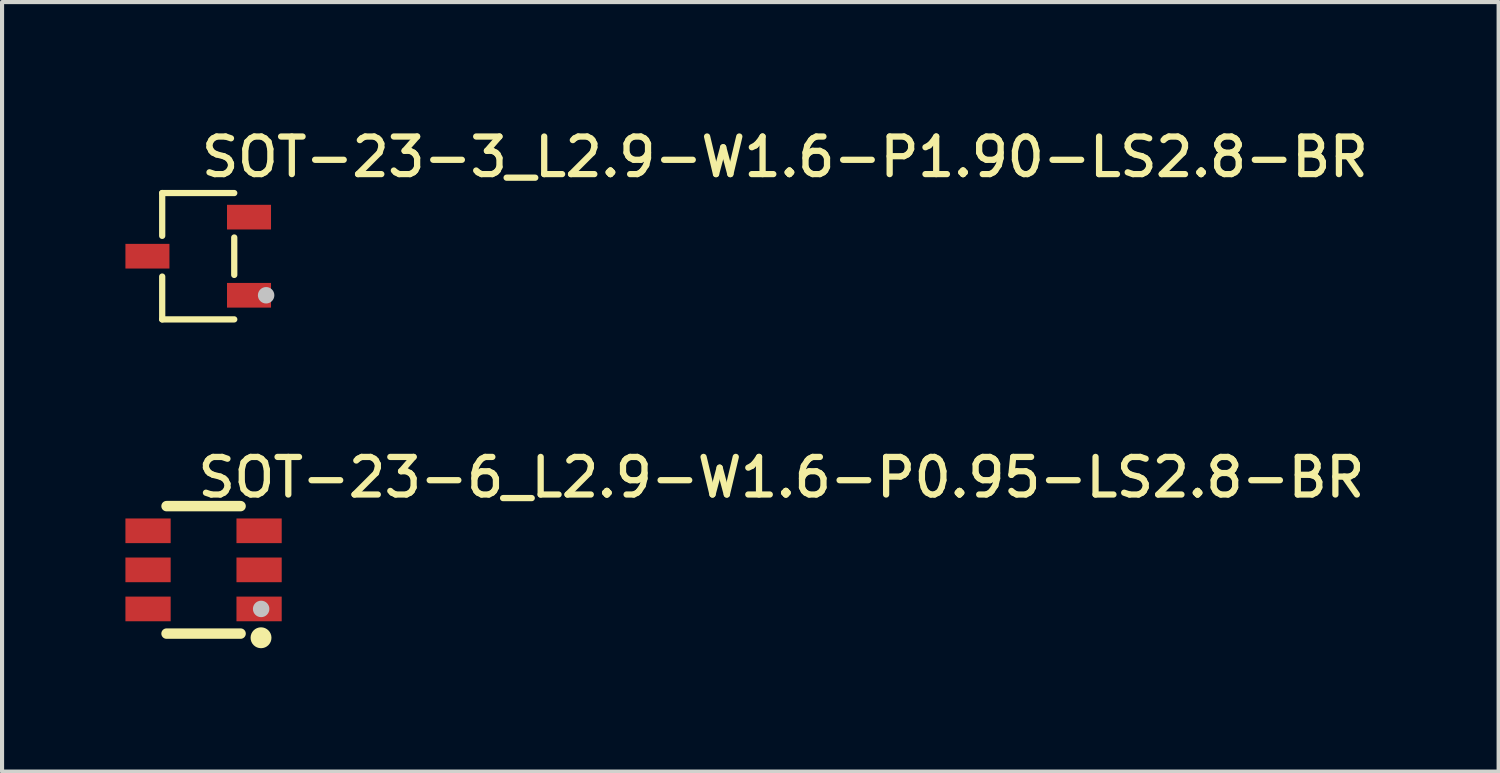
<source format=kicad_pcb>
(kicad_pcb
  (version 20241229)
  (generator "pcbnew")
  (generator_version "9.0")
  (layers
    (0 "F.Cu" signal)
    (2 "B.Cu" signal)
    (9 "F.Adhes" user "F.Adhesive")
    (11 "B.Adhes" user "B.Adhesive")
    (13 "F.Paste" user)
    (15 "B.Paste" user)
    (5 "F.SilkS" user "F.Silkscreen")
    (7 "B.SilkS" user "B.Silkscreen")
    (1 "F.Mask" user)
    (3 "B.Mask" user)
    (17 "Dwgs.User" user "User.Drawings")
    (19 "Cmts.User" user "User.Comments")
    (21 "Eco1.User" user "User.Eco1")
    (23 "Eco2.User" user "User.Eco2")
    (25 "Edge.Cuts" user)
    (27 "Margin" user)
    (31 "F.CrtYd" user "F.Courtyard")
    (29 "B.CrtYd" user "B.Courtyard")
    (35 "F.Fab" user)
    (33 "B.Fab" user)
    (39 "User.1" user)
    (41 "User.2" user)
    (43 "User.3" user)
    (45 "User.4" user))
  (footprint "SOT-23-3_L2.9-W1.6-P1.90-LS2.8-BR"
    (layer "F.Cu")
    (at 1.77 3.18)
    (property "Reference" "SOT-23-3_L2.9-W1.6-P1.90-LS2.8-BR" (at -0.0001 -2.946 0) (layer "F.SilkS") (effects (font (size 0.914 0.914) (thickness 0.152)) (justify left top)))
    (fp_line (start -0.876 -1.536) (end -0.876 -0.495) (stroke (width 0.152) (type default)) (layer "F.SilkS"))
    (fp_line (start -0.876 1.536) (end -0.876 0.495) (stroke (width 0.152) (type default)) (layer "F.SilkS"))
    (fp_line (start 0.876 -1.536) (end -0.876 -1.536) (stroke (width 0.152) (type default)) (layer "F.SilkS"))
    (fp_line (start 0.876 -0.455) (end 0.876 0.455) (stroke (width 0.152) (type default)) (layer "F.SilkS"))
    (fp_line (start 0.876 1.536) (end -0.876 1.536) (stroke (width 0.152) (type default)) (layer "F.SilkS"))
    (fp_circle (center 1.651 0.95) (end 1.751 0.95) (stroke (width 0.2) (type default)) (fill no) (layer "Dwgs.User"))
    (fp_circle (center 1.4 1.46) (end 1.43 1.46) (stroke (width 0.06) (type default)) (fill no) (layer "User.5"))
    (pad "1" smd rect (at 1.235 0.95) (size 1.07 0.6) (layers "F.Cu" "F.Mask" "F.Paste"))
    (pad "2" smd rect (at 1.235 -0.95) (size 1.07 0.6) (layers "F.Cu" "F.Mask" "F.Paste"))
    (pad "3" smd rect (at -1.235 0) (size 1.07 0.6) (layers "F.Cu" "F.Mask" "F.Paste"))
    (zone (net_name "") (layer "User.3") (hatch edge 0.5) (priority 100) (connect_pads yes) (min_thickness 0) (filled_areas_thickness no) (fill yes) (polygon (pts (xy 0.97 4.64) (xy 0.97 1.72) (xy 2.57 1.72) (xy 2.57 4.64))) (filled_polygon (layer "User.3") (island) (pts (xy 0.97 4.64) (xy 0.97 1.72) (xy 2.57 1.72) (xy 2.57 4.64))))
    (zone (net_name "") (layer "User.4") (hatch edge 0.5) (priority 100) (connect_pads) (min_thickness 0) (filled_areas_thickness no) (keepout (tracks allowed) (vias allowed) (pads allowed) (copperpour not_allowed) (footprints allowed)) (placement (enabled no)) (fill) (polygon (pts (xy 0.81 3.38) (xy 0.81 2.98) (xy 0.98 2.98) (xy 0.98 3.38))))
    (zone (net_name "") (layer "User.4") (hatch edge 0.5) (priority 100) (connect_pads yes) (min_thickness 0) (filled_areas_thickness no) (fill yes) (polygon (pts (xy 0.82 3.38) (xy 0.82 2.98) (xy 0.37 2.98) (xy 0.37 3.38))) (filled_polygon (layer "User.4") (island) (pts (xy 0.82 3.38) (xy 0.82 2.98) (xy 0.37 2.98) (xy 0.37 3.38))))
    (zone (net_name "") (layer "User.4") (hatch edge 0.5) (priority 100) (connect_pads) (min_thickness 0) (filled_areas_thickness no) (keepout (tracks allowed) (vias allowed) (pads allowed) (copperpour not_allowed) (footprints allowed)) (placement (enabled no)) (fill) (polygon (pts (xy 2.56 2.43) (xy 2.56 2.03) (xy 2.73 2.03) (xy 2.73 2.43))))
    (zone (net_name "") (layer "User.4") (hatch edge 0.5) (priority 100) (connect_pads) (min_thickness 0) (filled_areas_thickness no) (keepout (tracks allowed) (vias allowed) (pads allowed) (copperpour not_allowed) (footprints allowed)) (placement (enabled no)) (fill) (polygon (pts (xy 2.56 4.33) (xy 2.56 3.93) (xy 2.73 3.93) (xy 2.73 4.33))))
    (zone (net_name "") (layer "User.4") (hatch edge 0.5) (priority 100) (connect_pads yes) (min_thickness 0) (filled_areas_thickness no) (fill yes) (polygon (pts (xy 2.72 2.43) (xy 2.72 2.03) (xy 3.17 2.03) (xy 3.17 2.43))) (filled_polygon (layer "User.4") (island) (pts (xy 2.72 2.43) (xy 2.72 2.03) (xy 3.17 2.03) (xy 3.17 2.43))))
    (zone (net_name "") (layer "User.4") (hatch edge 0.5) (priority 100) (connect_pads yes) (min_thickness 0) (filled_areas_thickness no) (fill yes) (polygon (pts (xy 2.72 4.33) (xy 2.72 3.93) (xy 3.17 3.93) (xy 3.17 4.33))) (filled_polygon (layer "User.4") (island) (pts (xy 2.72 4.33) (xy 2.72 3.93) (xy 3.17 3.93) (xy 3.17 4.33)))))
  (footprint "SOT-23-6_L2.9-W1.6-P0.95-LS2.8-BR"
    (layer "F.Cu")
    (at 1.9 10.807)
    (property "Reference" "SOT-23-6_L2.9-W1.6-P0.95-LS2.8-BR" (at -0.216 -2.782 0) (layer "F.SilkS") (effects (font (size 0.914 0.914) (thickness 0.152)) (justify left top)))
    (fp_line (start -0.9 -1.55) (end 0.9 -1.55) (stroke (width 0.254) (type default)) (layer "F.SilkS"))
    (fp_line (start -0.9 1.55) (end 0.9 1.55) (stroke (width 0.254) (type default)) (layer "F.SilkS"))
    (fp_circle (center 1.397 1.651) (end 1.524 1.651) (stroke (width 0.254) (type default)) (fill no) (layer "F.SilkS"))
    (fp_circle (center 1.4 0.95) (end 1.5 0.95) (stroke (width 0.2) (type default)) (fill no) (layer "Dwgs.User"))
    (fp_circle (center 1.4 1.45) (end 1.43 1.45) (stroke (width 0.06) (type default)) (fill no) (layer "User.5"))
    (pad "1" smd rect (at 1.35 0.95) (size 1.1 0.6) (layers "F.Cu" "F.Mask" "F.Paste"))
    (pad "2" smd rect (at 1.35 0) (size 1.1 0.6) (layers "F.Cu" "F.Mask" "F.Paste"))
    (pad "3" smd rect (at 1.35 -0.95) (size 1.1 0.6) (layers "F.Cu" "F.Mask" "F.Paste"))
    (pad "4" smd rect (at -1.35 -0.95) (size 1.1 0.6) (layers "F.Cu" "F.Mask" "F.Paste"))
    (pad "5" smd rect (at -1.35 0) (size 1.1 0.6) (layers "F.Cu" "F.Mask" "F.Paste"))
    (pad "6" smd rect (at -1.35 0.95) (size 1.1 0.6) (layers "F.Cu" "F.Mask" "F.Paste"))
    (zone (net_name "") (layer "User.3") (hatch edge 0.5) (priority 100) (connect_pads yes) (min_thickness 0) (filled_areas_thickness no) (fill yes) (polygon (pts (xy 1.1 12.257) (xy 1.1 9.357) (xy 2.7 9.357) (xy 2.7 12.257))) (filled_polygon (layer "User.3") (island) (pts (xy 1.1 12.257) (xy 1.1 9.357) (xy 2.7 9.357) (xy 2.7 12.257))))
    (zone (net_name "") (layer "User.4") (hatch edge 0.5) (priority 100) (connect_pads) (min_thickness 0) (filled_areas_thickness no) (keepout (tracks allowed) (vias allowed) (pads allowed) (copperpour not_allowed) (footprints allowed)) (placement (enabled no)) (fill) (polygon (pts (xy 0.965 10.072) (xy 0.965 9.642) (xy 1.11 9.642) (xy 1.11 10.072))))
    (zone (net_name "") (layer "User.4") (hatch edge 0.5) (priority 100) (connect_pads) (min_thickness 0) (filled_areas_thickness no) (keepout (tracks allowed) (vias allowed) (pads allowed) (copperpour not_allowed) (footprints allowed)) (placement (enabled no)) (fill) (polygon (pts (xy 0.965 11.022) (xy 0.965 10.592) (xy 1.11 10.592) (xy 1.11 11.022))))
    (zone (net_name "") (layer "User.4") (hatch edge 0.5) (priority 100) (connect_pads) (min_thickness 0) (filled_areas_thickness no) (keepout (tracks allowed) (vias allowed) (pads allowed) (copperpour not_allowed) (footprints allowed)) (placement (enabled no)) (fill) (polygon (pts (xy 0.965 11.972) (xy 0.965 11.542) (xy 1.11 11.542) (xy 1.11 11.972))))
    (zone (net_name "") (layer "User.4") (hatch edge 0.5) (priority 100) (connect_pads yes) (min_thickness 0) (filled_areas_thickness no) (fill yes) (polygon (pts (xy 0.975 10.072) (xy 0.975 9.642) (xy 0.5 9.642) (xy 0.5 10.072))) (filled_polygon (layer "User.4") (island) (pts (xy 0.975 10.072) (xy 0.975 9.642) (xy 0.5 9.642) (xy 0.5 10.072))))
    (zone (net_name "") (layer "User.4") (hatch edge 0.5) (priority 100) (connect_pads yes) (min_thickness 0) (filled_areas_thickness no) (fill yes) (polygon (pts (xy 0.975 11.022) (xy 0.975 10.592) (xy 0.5 10.592) (xy 0.5 11.022))) (filled_polygon (layer "User.4") (island) (pts (xy 0.975 11.022) (xy 0.975 10.592) (xy 0.5 10.592) (xy 0.5 11.022))))
    (zone (net_name "") (layer "User.4") (hatch edge 0.5) (priority 100) (connect_pads yes) (min_thickness 0) (filled_areas_thickness no) (fill yes) (polygon (pts (xy 0.975 11.972) (xy 0.975 11.542) (xy 0.5 11.542) (xy 0.5 11.972))) (filled_polygon (layer "User.4") (island) (pts (xy 0.975 11.972) (xy 0.975 11.542) (xy 0.5 11.542) (xy 0.5 11.972))))
    (zone (net_name "") (layer "User.4") (hatch edge 0.5) (priority 100) (connect_pads yes) (min_thickness 0) (filled_areas_thickness no) (fill yes) (polygon (pts (xy 2.825 10.072) (xy 2.825 9.642) (xy 3.3 9.642) (xy 3.3 10.072))) (filled_polygon (layer "User.4") (island) (pts (xy 2.825 10.072) (xy 2.825 9.642) (xy 3.3 9.642) (xy 3.3 10.072))))
    (zone (net_name "") (layer "User.4") (hatch edge 0.5) (priority 100) (connect_pads yes) (min_thickness 0) (filled_areas_thickness no) (fill yes) (polygon (pts (xy 2.825 11.022) (xy 2.825 10.592) (xy 3.3 10.592) (xy 3.3 11.022))) (filled_polygon (layer "User.4") (island) (pts (xy 2.825 11.022) (xy 2.825 10.592) (xy 3.3 10.592) (xy 3.3 11.022))))
    (zone (net_name "") (layer "User.4") (hatch edge 0.5) (priority 100) (connect_pads yes) (min_thickness 0) (filled_areas_thickness no) (fill yes) (polygon (pts (xy 2.825 11.972) (xy 2.825 11.542) (xy 3.3 11.542) (xy 3.3 11.972))) (filled_polygon (layer "User.4") (island) (pts (xy 2.825 11.972) (xy 2.825 11.542) (xy 3.3 11.542) (xy 3.3 11.972))))
    (zone (net_name "") (layer "User.4") (hatch edge 0.5) (priority 100) (connect_pads) (min_thickness 0) (filled_areas_thickness no) (keepout (tracks allowed) (vias allowed) (pads allowed) (copperpour not_allowed) (footprints allowed)) (placement (enabled no)) (fill) (polygon (pts (xy 2.835 9.642) (xy 2.835 10.072) (xy 2.69 10.072) (xy 2.69 9.642))))
    (zone (net_name "") (layer "User.4") (hatch edge 0.5) (priority 100) (connect_pads) (min_thickness 0) (filled_areas_thickness no) (keepout (tracks allowed) (vias allowed) (pads allowed) (copperpour not_allowed) (footprints allowed)) (placement (enabled no)) (fill) (polygon (pts (xy 2.835 10.592) (xy 2.835 11.022) (xy 2.69 11.022) (xy 2.69 10.592))))
    (zone (net_name "") (layer "User.4") (hatch edge 0.5) (priority 100) (connect_pads) (min_thickness 0) (filled_areas_thickness no) (keepout (tracks allowed) (vias allowed) (pads allowed) (copperpour not_allowed) (footprints allowed)) (placement (enabled no)) (fill) (polygon (pts (xy 2.835 11.542) (xy 2.835 11.972) (xy 2.69 11.972) (xy 2.69 11.542)))))
  (gr_rect
    (start -3 -3)
    (end 33.391 15.712)
    (stroke (width 0.1) (type default))
    (fill no)
    (layer "Edge.Cuts")))
</source>
